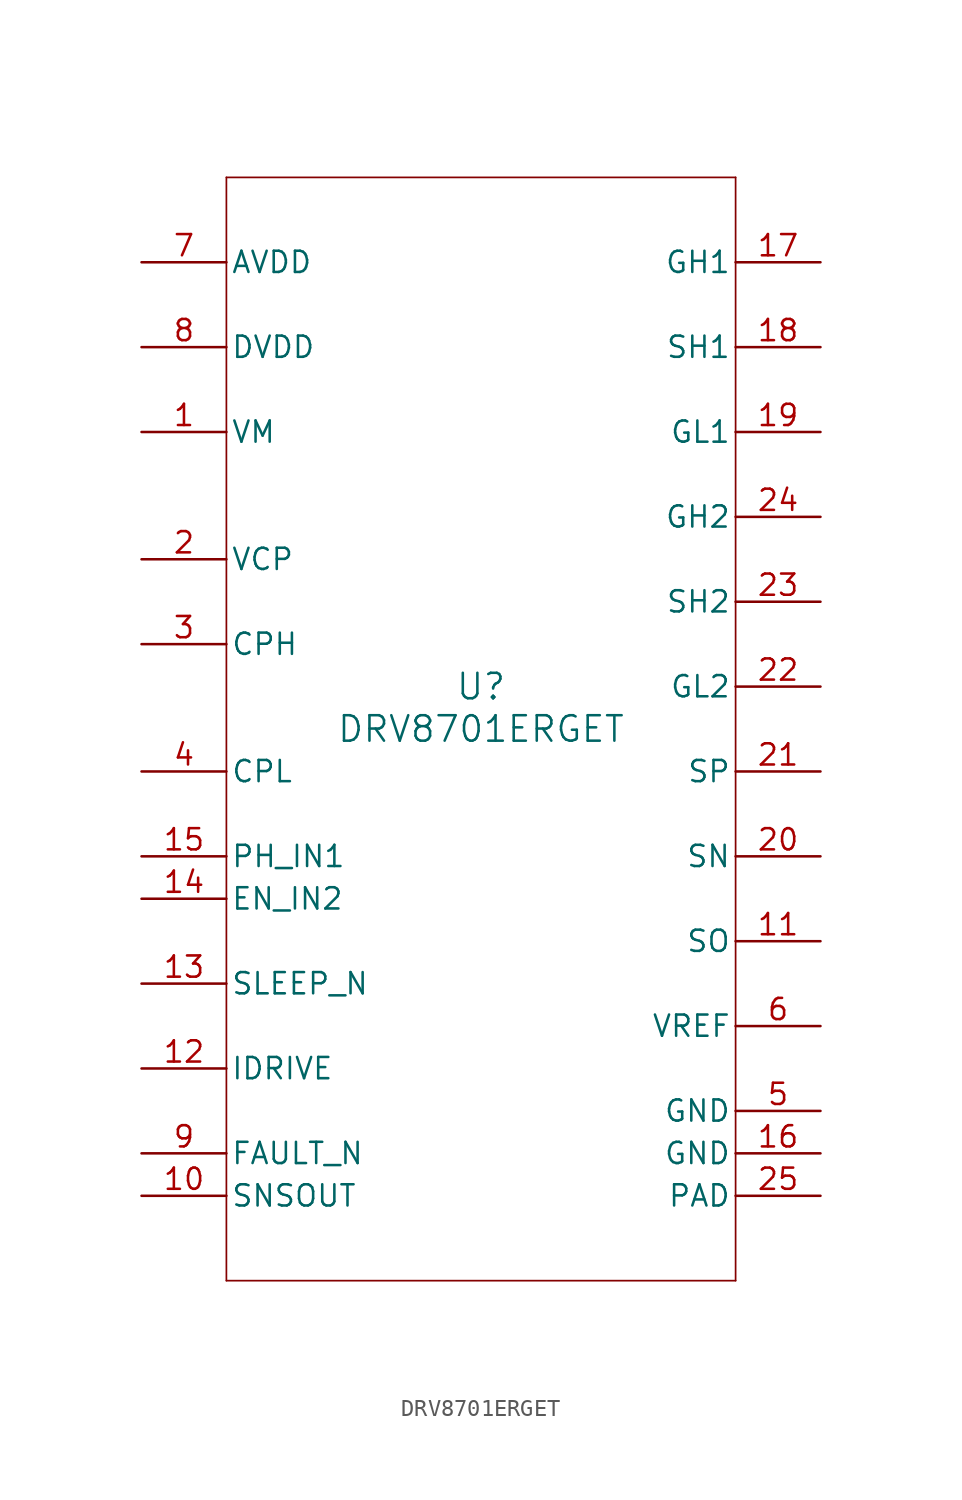
<source format=kicad_sym>
(kicad_symbol_lib
  (version 20211014)
  (generator kicad_symbol_editor)
  (symbol "DRV8701ERGET"
    (pin_names
      (offset 0.254))
    (property "Reference" "U"
      (at 0 2.54 0)
      (effects (font (size 1.524 1.524))))
    (property "Value" "DRV8701ERGET"
      (at 0 0 0)
      (effects (font (size 1.524 1.524))))
    (symbol "DRV8701ERGET_0_1"
      (polyline (pts (xy -15.24 -33.02) (xy 15.24 -33.02)) (stroke (width 0.102) (type default) (color 0 0 0 0)) (fill (type none)))
      (polyline (pts (xy 15.24 -33.02) (xy 15.24 33.02)) (stroke (width 0.102) (type default) (color 0 0 0 0)) (fill (type none)))
      (polyline (pts (xy 15.24 33.02) (xy -15.24 33.02)) (stroke (width 0.102) (type default) (color 0 0 0 0)) (fill (type none)))
      (polyline (pts (xy -15.24 33.02) (xy -15.24 -33.02)) (stroke (width 0.102) (type default) (color 0 0 0 0)) (fill (type none)))
      (pin power_in line (at -20.32 17.78 0) (length 5.08) (name "VM" (effects (font (size 1.27 1.27)))) (number "1" (effects (font (size 1.27 1.27)))))
      (pin power_in line (at -20.32 10.16 0) (length 5.08) (name "VCP" (effects (font (size 1.27 1.27)))) (number "2" (effects (font (size 1.27 1.27)))))
      (pin unspecified line (at -20.32 5.08 0) (length 5.08) (name "CPH" (effects (font (size 1.27 1.27)))) (number "3" (effects (font (size 1.27 1.27)))))
      (pin unspecified line (at -20.32 -2.54 0) (length 5.08) (name "CPL" (effects (font (size 1.27 1.27)))) (number "4" (effects (font (size 1.27 1.27)))))
      (pin power_in line (at 20.32 -22.86 180) (length 5.08) (name "GND" (effects (font (size 1.27 1.27)))) (number "5" (effects (font (size 1.27 1.27)))))
      (pin input line (at 20.32 -17.78 180) (length 5.08) (name "VREF" (effects (font (size 1.27 1.27)))) (number "6" (effects (font (size 1.27 1.27)))))
      (pin power_in line (at -20.32 27.94 0) (length 5.08) (name "AVDD" (effects (font (size 1.27 1.27)))) (number "7" (effects (font (size 1.27 1.27)))))
      (pin power_in line (at -20.32 22.86 0) (length 5.08) (name "DVDD" (effects (font (size 1.27 1.27)))) (number "8" (effects (font (size 1.27 1.27)))))
      (pin open_collector line (at -20.32 -25.4 0) (length 5.08) (name "FAULT_N" (effects (font (size 1.27 1.27)))) (number "9" (effects (font (size 1.27 1.27)))))
      (pin open_collector line (at -20.32 -27.94 0) (length 5.08) (name "SNSOUT" (effects (font (size 1.27 1.27)))) (number "10" (effects (font (size 1.27 1.27)))))
      (pin output line (at 20.32 -12.7 180) (length 5.08) (name "SO" (effects (font (size 1.27 1.27)))) (number "11" (effects (font (size 1.27 1.27)))))
      (pin input line (at -20.32 -20.32 0) (length 5.08) (name "IDRIVE" (effects (font (size 1.27 1.27)))) (number "12" (effects (font (size 1.27 1.27)))))
      (pin input line (at -20.32 -15.24 0) (length 5.08) (name "SLEEP_N" (effects (font (size 1.27 1.27)))) (number "13" (effects (font (size 1.27 1.27)))))
      (pin input line (at -20.32 -10.16 0) (length 5.08) (name "EN_IN2" (effects (font (size 1.27 1.27)))) (number "14" (effects (font (size 1.27 1.27)))))
      (pin input line (at -20.32 -7.62 0) (length 5.08) (name "PH_IN1" (effects (font (size 1.27 1.27)))) (number "15" (effects (font (size 1.27 1.27)))))
      (pin power_in line (at 20.32 -25.4 180) (length 5.08) (name "GND" (effects (font (size 1.27 1.27)))) (number "16" (effects (font (size 1.27 1.27)))))
      (pin power_in line (at 20.32 27.94 180) (length 5.08) (name "GH1" (effects (font (size 1.27 1.27)))) (number "17" (effects (font (size 1.27 1.27)))))
      (pin input line (at 20.32 22.86 180) (length 5.08) (name "SH1" (effects (font (size 1.27 1.27)))) (number "18" (effects (font (size 1.27 1.27)))))
      (pin output line (at 20.32 17.78 180) (length 5.08) (name "GL1" (effects (font (size 1.27 1.27)))) (number "19" (effects (font (size 1.27 1.27)))))
      (pin input line (at 20.32 -7.62 180) (length 5.08) (name "SN" (effects (font (size 1.27 1.27)))) (number "20" (effects (font (size 1.27 1.27)))))
      (pin input line (at 20.32 -2.54 180) (length 5.08) (name "SP" (effects (font (size 1.27 1.27)))) (number "21" (effects (font (size 1.27 1.27)))))
      (pin output line (at 20.32 2.54 180) (length 5.08) (name "GL2" (effects (font (size 1.27 1.27)))) (number "22" (effects (font (size 1.27 1.27)))))
      (pin input line (at 20.32 7.62 180) (length 5.08) (name "SH2" (effects (font (size 1.27 1.27)))) (number "23" (effects (font (size 1.27 1.27)))))
      (pin power_in line (at 20.32 12.7 180) (length 5.08) (name "GH2" (effects (font (size 1.27 1.27)))) (number "24" (effects (font (size 1.27 1.27)))))
      (pin power_in line (at 20.32 -27.94 180) (length 5.08) (name "PAD" (effects (font (size 1.27 1.27)))) (number "25" (effects (font (size 1.27 1.27))))))))
</source>
